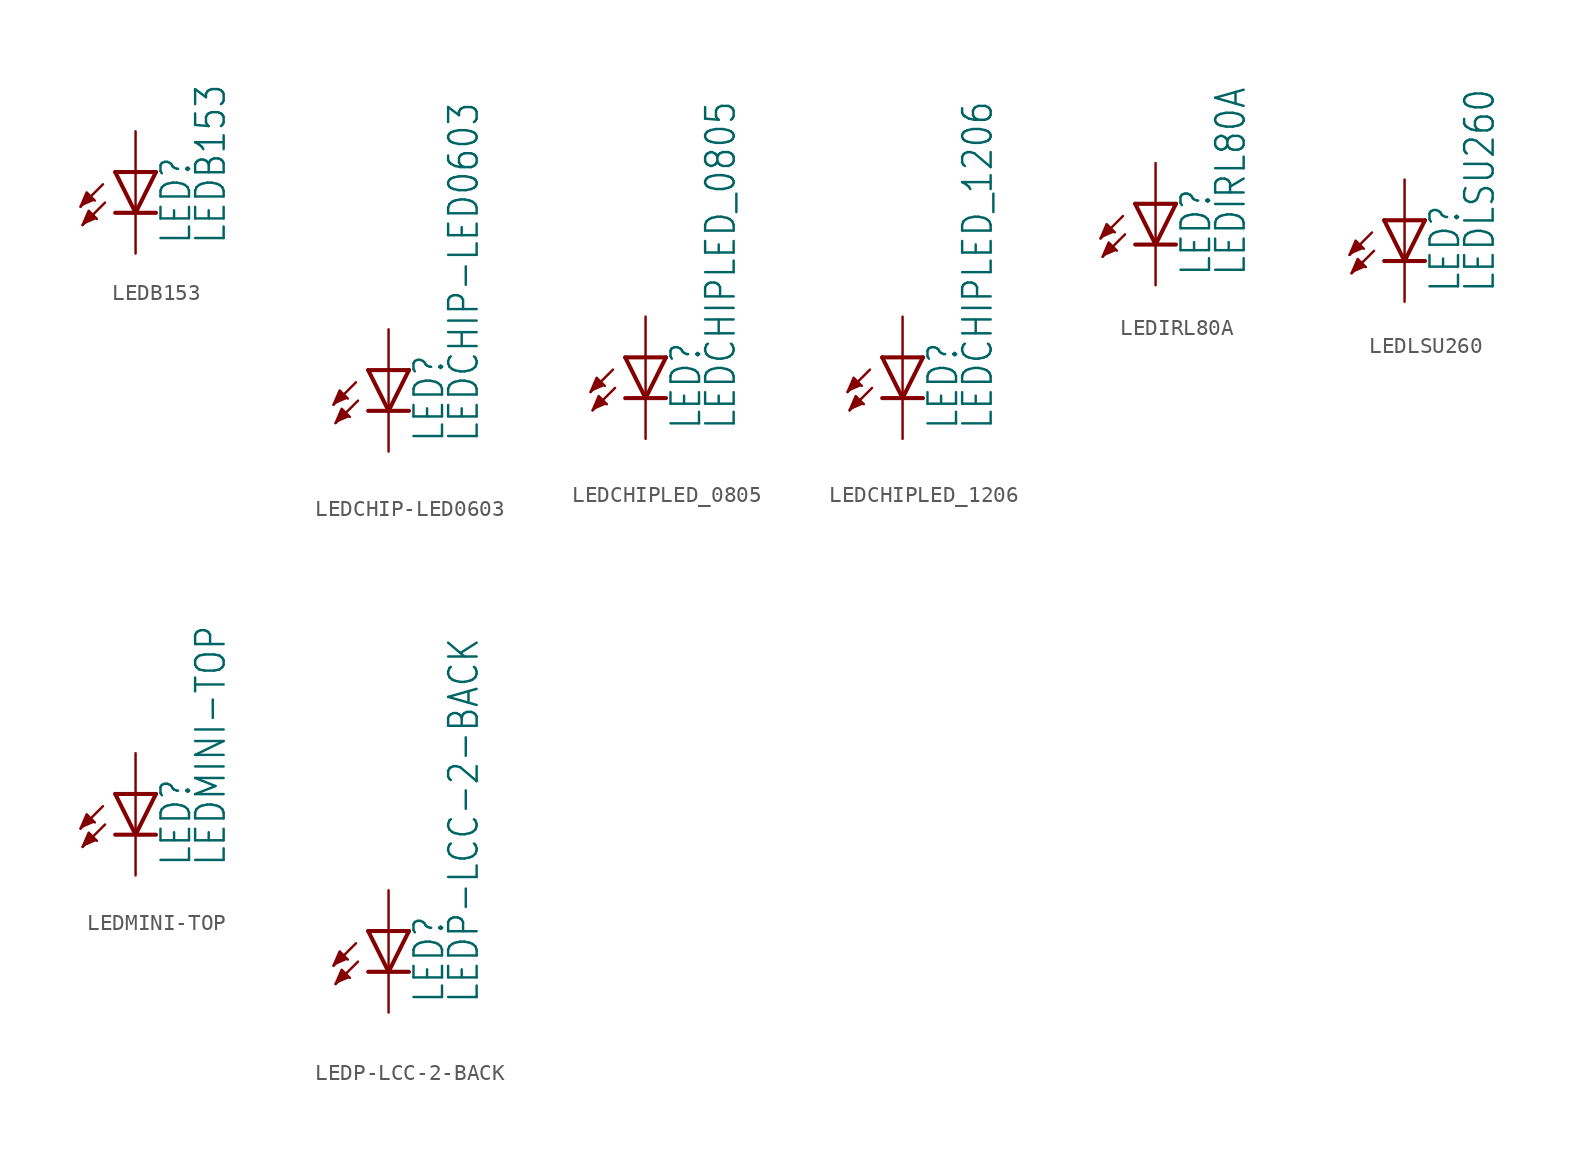
<source format=kicad_sym>
(kicad_symbol_lib
  (version 20211014)
  (generator kicad_symbol_editor)
  (symbol "LEDB153"
    (property "Reference" "LED"
      (at 3.556 -4.572 90)
      (effects (font (size 1.778 1.511)) (justify left bottom)))
    (property "Value" "LEDB153"
      (at 5.715 -4.572 90)
      (effects (font (size 1.778 1.511)) (justify left bottom)))
    (property "ki_locked" ""
      (at 0 0 0)
      (effects (font (size 1.27 1.27))))
    (symbol "LEDB153_1_0"
      (polyline (pts (xy -2.032 -0.762) (xy -3.429 -2.159)) (stroke (width 0.152) (type default) (color 0 0 0 0)) (fill (type none)))
      (polyline (pts (xy -1.905 -1.905) (xy -3.302 -3.302)) (stroke (width 0.152) (type default) (color 0 0 0 0)) (fill (type none)))
      (polyline (pts (xy 0 -2.54) (xy -1.27 -2.54)) (stroke (width 0.254) (type default) (color 0 0 0 0)) (fill (type none)))
      (polyline (pts (xy 0 -2.54) (xy -1.27 0)) (stroke (width 0.254) (type default) (color 0 0 0 0)) (fill (type none)))
      (polyline (pts (xy 0 0) (xy -1.27 0)) (stroke (width 0.254) (type default) (color 0 0 0 0)) (fill (type none)))
      (polyline (pts (xy 0 0) (xy 0 -2.54)) (stroke (width 0.152) (type default) (color 0 0 0 0)) (fill (type none)))
      (polyline (pts (xy 1.27 -2.54) (xy 0 -2.54)) (stroke (width 0.254) (type default) (color 0 0 0 0)) (fill (type none)))
      (polyline (pts (xy 1.27 0) (xy 0 -2.54)) (stroke (width 0.254) (type default) (color 0 0 0 0)) (fill (type none)))
      (polyline (pts (xy 1.27 0) (xy 0 0)) (stroke (width 0.254) (type default) (color 0 0 0 0)) (fill (type none)))
      (polyline (pts (xy -3.429 -2.159) (xy -3.048 -1.27) (xy -2.54 -1.778)) (stroke (width 0) (type default) (color 0 0 0 0)) (fill (type outline)))
      (polyline (pts (xy -3.302 -3.302) (xy -2.921 -2.413) (xy -2.413 -2.921)) (stroke (width 0) (type default) (color 0 0 0 0)) (fill (type outline)))
      (pin passive line (at 0 2.54 270) (length 2.54) (name "A" (effects (font (size 0 0)))) (number "A" (effects (font (size 0 0)))))
      (pin passive line (at 0 -5.08 90) (length 2.54) (name "C" (effects (font (size 0 0)))) (number "K" (effects (font (size 0 0)))))))
  (symbol "LEDCHIP-LED0603"
    (property "Reference" "LED"
      (at 3.556 -4.572 90)
      (effects (font (size 1.778 1.511)) (justify left bottom)))
    (property "Value" "LEDCHIP-LED0603"
      (at 5.715 -4.572 90)
      (effects (font (size 1.778 1.511)) (justify left bottom)))
    (property "ki_locked" ""
      (at 0 0 0)
      (effects (font (size 1.27 1.27))))
    (symbol "LEDCHIP-LED0603_1_0"
      (polyline (pts (xy -2.032 -0.762) (xy -3.429 -2.159)) (stroke (width 0.152) (type default) (color 0 0 0 0)) (fill (type none)))
      (polyline (pts (xy -1.905 -1.905) (xy -3.302 -3.302)) (stroke (width 0.152) (type default) (color 0 0 0 0)) (fill (type none)))
      (polyline (pts (xy 0 -2.54) (xy -1.27 -2.54)) (stroke (width 0.254) (type default) (color 0 0 0 0)) (fill (type none)))
      (polyline (pts (xy 0 -2.54) (xy -1.27 0)) (stroke (width 0.254) (type default) (color 0 0 0 0)) (fill (type none)))
      (polyline (pts (xy 0 0) (xy -1.27 0)) (stroke (width 0.254) (type default) (color 0 0 0 0)) (fill (type none)))
      (polyline (pts (xy 0 0) (xy 0 -2.54)) (stroke (width 0.152) (type default) (color 0 0 0 0)) (fill (type none)))
      (polyline (pts (xy 1.27 -2.54) (xy 0 -2.54)) (stroke (width 0.254) (type default) (color 0 0 0 0)) (fill (type none)))
      (polyline (pts (xy 1.27 0) (xy 0 -2.54)) (stroke (width 0.254) (type default) (color 0 0 0 0)) (fill (type none)))
      (polyline (pts (xy 1.27 0) (xy 0 0)) (stroke (width 0.254) (type default) (color 0 0 0 0)) (fill (type none)))
      (polyline (pts (xy -3.429 -2.159) (xy -3.048 -1.27) (xy -2.54 -1.778)) (stroke (width 0) (type default) (color 0 0 0 0)) (fill (type outline)))
      (polyline (pts (xy -3.302 -3.302) (xy -2.921 -2.413) (xy -2.413 -2.921)) (stroke (width 0) (type default) (color 0 0 0 0)) (fill (type outline)))
      (pin passive line (at 0 2.54 270) (length 2.54) (name "A" (effects (font (size 0 0)))) (number "A" (effects (font (size 0 0)))))
      (pin passive line (at 0 -5.08 90) (length 2.54) (name "C" (effects (font (size 0 0)))) (number "C" (effects (font (size 0 0)))))))
  (symbol "LEDCHIPLED_0805"
    (property "Reference" "LED"
      (at 3.556 -4.572 90)
      (effects (font (size 1.778 1.511)) (justify left bottom)))
    (property "Value" "LEDCHIPLED_0805"
      (at 5.715 -4.572 90)
      (effects (font (size 1.778 1.511)) (justify left bottom)))
    (property "ki_locked" ""
      (at 0 0 0)
      (effects (font (size 1.27 1.27))))
    (symbol "LEDCHIPLED_0805_1_0"
      (polyline (pts (xy -2.032 -0.762) (xy -3.429 -2.159)) (stroke (width 0.152) (type default) (color 0 0 0 0)) (fill (type none)))
      (polyline (pts (xy -1.905 -1.905) (xy -3.302 -3.302)) (stroke (width 0.152) (type default) (color 0 0 0 0)) (fill (type none)))
      (polyline (pts (xy 0 -2.54) (xy -1.27 -2.54)) (stroke (width 0.254) (type default) (color 0 0 0 0)) (fill (type none)))
      (polyline (pts (xy 0 -2.54) (xy -1.27 0)) (stroke (width 0.254) (type default) (color 0 0 0 0)) (fill (type none)))
      (polyline (pts (xy 0 0) (xy -1.27 0)) (stroke (width 0.254) (type default) (color 0 0 0 0)) (fill (type none)))
      (polyline (pts (xy 0 0) (xy 0 -2.54)) (stroke (width 0.152) (type default) (color 0 0 0 0)) (fill (type none)))
      (polyline (pts (xy 1.27 -2.54) (xy 0 -2.54)) (stroke (width 0.254) (type default) (color 0 0 0 0)) (fill (type none)))
      (polyline (pts (xy 1.27 0) (xy 0 -2.54)) (stroke (width 0.254) (type default) (color 0 0 0 0)) (fill (type none)))
      (polyline (pts (xy 1.27 0) (xy 0 0)) (stroke (width 0.254) (type default) (color 0 0 0 0)) (fill (type none)))
      (polyline (pts (xy -3.429 -2.159) (xy -3.048 -1.27) (xy -2.54 -1.778)) (stroke (width 0) (type default) (color 0 0 0 0)) (fill (type outline)))
      (polyline (pts (xy -3.302 -3.302) (xy -2.921 -2.413) (xy -2.413 -2.921)) (stroke (width 0) (type default) (color 0 0 0 0)) (fill (type outline)))
      (pin passive line (at 0 2.54 270) (length 2.54) (name "A" (effects (font (size 0 0)))) (number "A" (effects (font (size 0 0)))))
      (pin passive line (at 0 -5.08 90) (length 2.54) (name "C" (effects (font (size 0 0)))) (number "C" (effects (font (size 0 0)))))))
  (symbol "LEDCHIPLED_1206"
    (property "Reference" "LED"
      (at 3.556 -4.572 90)
      (effects (font (size 1.778 1.511)) (justify left bottom)))
    (property "Value" "LEDCHIPLED_1206"
      (at 5.715 -4.572 90)
      (effects (font (size 1.778 1.511)) (justify left bottom)))
    (property "ki_locked" ""
      (at 0 0 0)
      (effects (font (size 1.27 1.27))))
    (symbol "LEDCHIPLED_1206_1_0"
      (polyline (pts (xy -2.032 -0.762) (xy -3.429 -2.159)) (stroke (width 0.152) (type default) (color 0 0 0 0)) (fill (type none)))
      (polyline (pts (xy -1.905 -1.905) (xy -3.302 -3.302)) (stroke (width 0.152) (type default) (color 0 0 0 0)) (fill (type none)))
      (polyline (pts (xy 0 -2.54) (xy -1.27 -2.54)) (stroke (width 0.254) (type default) (color 0 0 0 0)) (fill (type none)))
      (polyline (pts (xy 0 -2.54) (xy -1.27 0)) (stroke (width 0.254) (type default) (color 0 0 0 0)) (fill (type none)))
      (polyline (pts (xy 0 0) (xy -1.27 0)) (stroke (width 0.254) (type default) (color 0 0 0 0)) (fill (type none)))
      (polyline (pts (xy 0 0) (xy 0 -2.54)) (stroke (width 0.152) (type default) (color 0 0 0 0)) (fill (type none)))
      (polyline (pts (xy 1.27 -2.54) (xy 0 -2.54)) (stroke (width 0.254) (type default) (color 0 0 0 0)) (fill (type none)))
      (polyline (pts (xy 1.27 0) (xy 0 -2.54)) (stroke (width 0.254) (type default) (color 0 0 0 0)) (fill (type none)))
      (polyline (pts (xy 1.27 0) (xy 0 0)) (stroke (width 0.254) (type default) (color 0 0 0 0)) (fill (type none)))
      (polyline (pts (xy -3.429 -2.159) (xy -3.048 -1.27) (xy -2.54 -1.778)) (stroke (width 0) (type default) (color 0 0 0 0)) (fill (type outline)))
      (polyline (pts (xy -3.302 -3.302) (xy -2.921 -2.413) (xy -2.413 -2.921)) (stroke (width 0) (type default) (color 0 0 0 0)) (fill (type outline)))
      (pin passive line (at 0 2.54 270) (length 2.54) (name "A" (effects (font (size 0 0)))) (number "A" (effects (font (size 0 0)))))
      (pin passive line (at 0 -5.08 90) (length 2.54) (name "C" (effects (font (size 0 0)))) (number "C" (effects (font (size 0 0)))))))
  (symbol "LEDIRL80A"
    (property "Reference" "LED"
      (at 3.556 -4.572 90)
      (effects (font (size 1.778 1.511)) (justify left bottom)))
    (property "Value" "LEDIRL80A"
      (at 5.715 -4.572 90)
      (effects (font (size 1.778 1.511)) (justify left bottom)))
    (property "ki_locked" ""
      (at 0 0 0)
      (effects (font (size 1.27 1.27))))
    (symbol "LEDIRL80A_1_0"
      (polyline (pts (xy -2.032 -0.762) (xy -3.429 -2.159)) (stroke (width 0.152) (type default) (color 0 0 0 0)) (fill (type none)))
      (polyline (pts (xy -1.905 -1.905) (xy -3.302 -3.302)) (stroke (width 0.152) (type default) (color 0 0 0 0)) (fill (type none)))
      (polyline (pts (xy 0 -2.54) (xy -1.27 -2.54)) (stroke (width 0.254) (type default) (color 0 0 0 0)) (fill (type none)))
      (polyline (pts (xy 0 -2.54) (xy -1.27 0)) (stroke (width 0.254) (type default) (color 0 0 0 0)) (fill (type none)))
      (polyline (pts (xy 0 0) (xy -1.27 0)) (stroke (width 0.254) (type default) (color 0 0 0 0)) (fill (type none)))
      (polyline (pts (xy 0 0) (xy 0 -2.54)) (stroke (width 0.152) (type default) (color 0 0 0 0)) (fill (type none)))
      (polyline (pts (xy 1.27 -2.54) (xy 0 -2.54)) (stroke (width 0.254) (type default) (color 0 0 0 0)) (fill (type none)))
      (polyline (pts (xy 1.27 0) (xy 0 -2.54)) (stroke (width 0.254) (type default) (color 0 0 0 0)) (fill (type none)))
      (polyline (pts (xy 1.27 0) (xy 0 0)) (stroke (width 0.254) (type default) (color 0 0 0 0)) (fill (type none)))
      (polyline (pts (xy -3.429 -2.159) (xy -3.048 -1.27) (xy -2.54 -1.778)) (stroke (width 0) (type default) (color 0 0 0 0)) (fill (type outline)))
      (polyline (pts (xy -3.302 -3.302) (xy -2.921 -2.413) (xy -2.413 -2.921)) (stroke (width 0) (type default) (color 0 0 0 0)) (fill (type outline)))
      (pin passive line (at 0 2.54 270) (length 2.54) (name "A" (effects (font (size 0 0)))) (number "A" (effects (font (size 0 0)))))
      (pin passive line (at 0 -5.08 90) (length 2.54) (name "C" (effects (font (size 0 0)))) (number "K" (effects (font (size 0 0)))))))
  (symbol "LEDLSU260"
    (property "Reference" "LED"
      (at 3.556 -4.572 90)
      (effects (font (size 1.778 1.511)) (justify left bottom)))
    (property "Value" "LEDLSU260"
      (at 5.715 -4.572 90)
      (effects (font (size 1.778 1.511)) (justify left bottom)))
    (property "ki_locked" ""
      (at 0 0 0)
      (effects (font (size 1.27 1.27))))
    (symbol "LEDLSU260_1_0"
      (polyline (pts (xy -2.032 -0.762) (xy -3.429 -2.159)) (stroke (width 0.152) (type default) (color 0 0 0 0)) (fill (type none)))
      (polyline (pts (xy -1.905 -1.905) (xy -3.302 -3.302)) (stroke (width 0.152) (type default) (color 0 0 0 0)) (fill (type none)))
      (polyline (pts (xy 0 -2.54) (xy -1.27 -2.54)) (stroke (width 0.254) (type default) (color 0 0 0 0)) (fill (type none)))
      (polyline (pts (xy 0 -2.54) (xy -1.27 0)) (stroke (width 0.254) (type default) (color 0 0 0 0)) (fill (type none)))
      (polyline (pts (xy 0 0) (xy -1.27 0)) (stroke (width 0.254) (type default) (color 0 0 0 0)) (fill (type none)))
      (polyline (pts (xy 0 0) (xy 0 -2.54)) (stroke (width 0.152) (type default) (color 0 0 0 0)) (fill (type none)))
      (polyline (pts (xy 1.27 -2.54) (xy 0 -2.54)) (stroke (width 0.254) (type default) (color 0 0 0 0)) (fill (type none)))
      (polyline (pts (xy 1.27 0) (xy 0 -2.54)) (stroke (width 0.254) (type default) (color 0 0 0 0)) (fill (type none)))
      (polyline (pts (xy 1.27 0) (xy 0 0)) (stroke (width 0.254) (type default) (color 0 0 0 0)) (fill (type none)))
      (polyline (pts (xy -3.429 -2.159) (xy -3.048 -1.27) (xy -2.54 -1.778)) (stroke (width 0) (type default) (color 0 0 0 0)) (fill (type outline)))
      (polyline (pts (xy -3.302 -3.302) (xy -2.921 -2.413) (xy -2.413 -2.921)) (stroke (width 0) (type default) (color 0 0 0 0)) (fill (type outline)))
      (pin passive line (at 0 2.54 270) (length 2.54) (name "A" (effects (font (size 0 0)))) (number "A" (effects (font (size 0 0)))))
      (pin passive line (at 0 -5.08 90) (length 2.54) (name "C" (effects (font (size 0 0)))) (number "K" (effects (font (size 0 0)))))))
  (symbol "LEDMINI-TOP"
    (property "Reference" "LED"
      (at 3.556 -4.572 90)
      (effects (font (size 1.778 1.511)) (justify left bottom)))
    (property "Value" "LEDMINI-TOP"
      (at 5.715 -4.572 90)
      (effects (font (size 1.778 1.511)) (justify left bottom)))
    (property "ki_locked" ""
      (at 0 0 0)
      (effects (font (size 1.27 1.27))))
    (symbol "LEDMINI-TOP_1_0"
      (polyline (pts (xy -2.032 -0.762) (xy -3.429 -2.159)) (stroke (width 0.152) (type default) (color 0 0 0 0)) (fill (type none)))
      (polyline (pts (xy -1.905 -1.905) (xy -3.302 -3.302)) (stroke (width 0.152) (type default) (color 0 0 0 0)) (fill (type none)))
      (polyline (pts (xy 0 -2.54) (xy -1.27 -2.54)) (stroke (width 0.254) (type default) (color 0 0 0 0)) (fill (type none)))
      (polyline (pts (xy 0 -2.54) (xy -1.27 0)) (stroke (width 0.254) (type default) (color 0 0 0 0)) (fill (type none)))
      (polyline (pts (xy 0 0) (xy -1.27 0)) (stroke (width 0.254) (type default) (color 0 0 0 0)) (fill (type none)))
      (polyline (pts (xy 0 0) (xy 0 -2.54)) (stroke (width 0.152) (type default) (color 0 0 0 0)) (fill (type none)))
      (polyline (pts (xy 1.27 -2.54) (xy 0 -2.54)) (stroke (width 0.254) (type default) (color 0 0 0 0)) (fill (type none)))
      (polyline (pts (xy 1.27 0) (xy 0 -2.54)) (stroke (width 0.254) (type default) (color 0 0 0 0)) (fill (type none)))
      (polyline (pts (xy 1.27 0) (xy 0 0)) (stroke (width 0.254) (type default) (color 0 0 0 0)) (fill (type none)))
      (polyline (pts (xy -3.429 -2.159) (xy -3.048 -1.27) (xy -2.54 -1.778)) (stroke (width 0) (type default) (color 0 0 0 0)) (fill (type outline)))
      (polyline (pts (xy -3.302 -3.302) (xy -2.921 -2.413) (xy -2.413 -2.921)) (stroke (width 0) (type default) (color 0 0 0 0)) (fill (type outline)))
      (pin passive line (at 0 2.54 270) (length 2.54) (name "A" (effects (font (size 0 0)))) (number "A" (effects (font (size 0 0)))))
      (pin passive line (at 0 -5.08 90) (length 2.54) (name "C" (effects (font (size 0 0)))) (number "C" (effects (font (size 0 0)))))))
  (symbol "LEDP-LCC-2-BACK"
    (property "Reference" "LED"
      (at 3.556 -4.572 90)
      (effects (font (size 1.778 1.511)) (justify left bottom)))
    (property "Value" "LEDP-LCC-2-BACK"
      (at 5.715 -4.572 90)
      (effects (font (size 1.778 1.511)) (justify left bottom)))
    (property "ki_locked" ""
      (at 0 0 0)
      (effects (font (size 1.27 1.27))))
    (symbol "LEDP-LCC-2-BACK_1_0"
      (polyline (pts (xy -2.032 -0.762) (xy -3.429 -2.159)) (stroke (width 0.152) (type default) (color 0 0 0 0)) (fill (type none)))
      (polyline (pts (xy -1.905 -1.905) (xy -3.302 -3.302)) (stroke (width 0.152) (type default) (color 0 0 0 0)) (fill (type none)))
      (polyline (pts (xy 0 -2.54) (xy -1.27 -2.54)) (stroke (width 0.254) (type default) (color 0 0 0 0)) (fill (type none)))
      (polyline (pts (xy 0 -2.54) (xy -1.27 0)) (stroke (width 0.254) (type default) (color 0 0 0 0)) (fill (type none)))
      (polyline (pts (xy 0 0) (xy -1.27 0)) (stroke (width 0.254) (type default) (color 0 0 0 0)) (fill (type none)))
      (polyline (pts (xy 0 0) (xy 0 -2.54)) (stroke (width 0.152) (type default) (color 0 0 0 0)) (fill (type none)))
      (polyline (pts (xy 1.27 -2.54) (xy 0 -2.54)) (stroke (width 0.254) (type default) (color 0 0 0 0)) (fill (type none)))
      (polyline (pts (xy 1.27 0) (xy 0 -2.54)) (stroke (width 0.254) (type default) (color 0 0 0 0)) (fill (type none)))
      (polyline (pts (xy 1.27 0) (xy 0 0)) (stroke (width 0.254) (type default) (color 0 0 0 0)) (fill (type none)))
      (polyline (pts (xy -3.429 -2.159) (xy -3.048 -1.27) (xy -2.54 -1.778)) (stroke (width 0) (type default) (color 0 0 0 0)) (fill (type outline)))
      (polyline (pts (xy -3.302 -3.302) (xy -2.921 -2.413) (xy -2.413 -2.921)) (stroke (width 0) (type default) (color 0 0 0 0)) (fill (type outline)))
      (pin passive line (at 0 2.54 270) (length 2.54) (name "A" (effects (font (size 0 0)))) (number "A" (effects (font (size 0 0)))))
      (pin passive line (at 0 -5.08 90) (length 2.54) (name "C" (effects (font (size 0 0)))) (number "C" (effects (font (size 0 0))))))))
</source>
